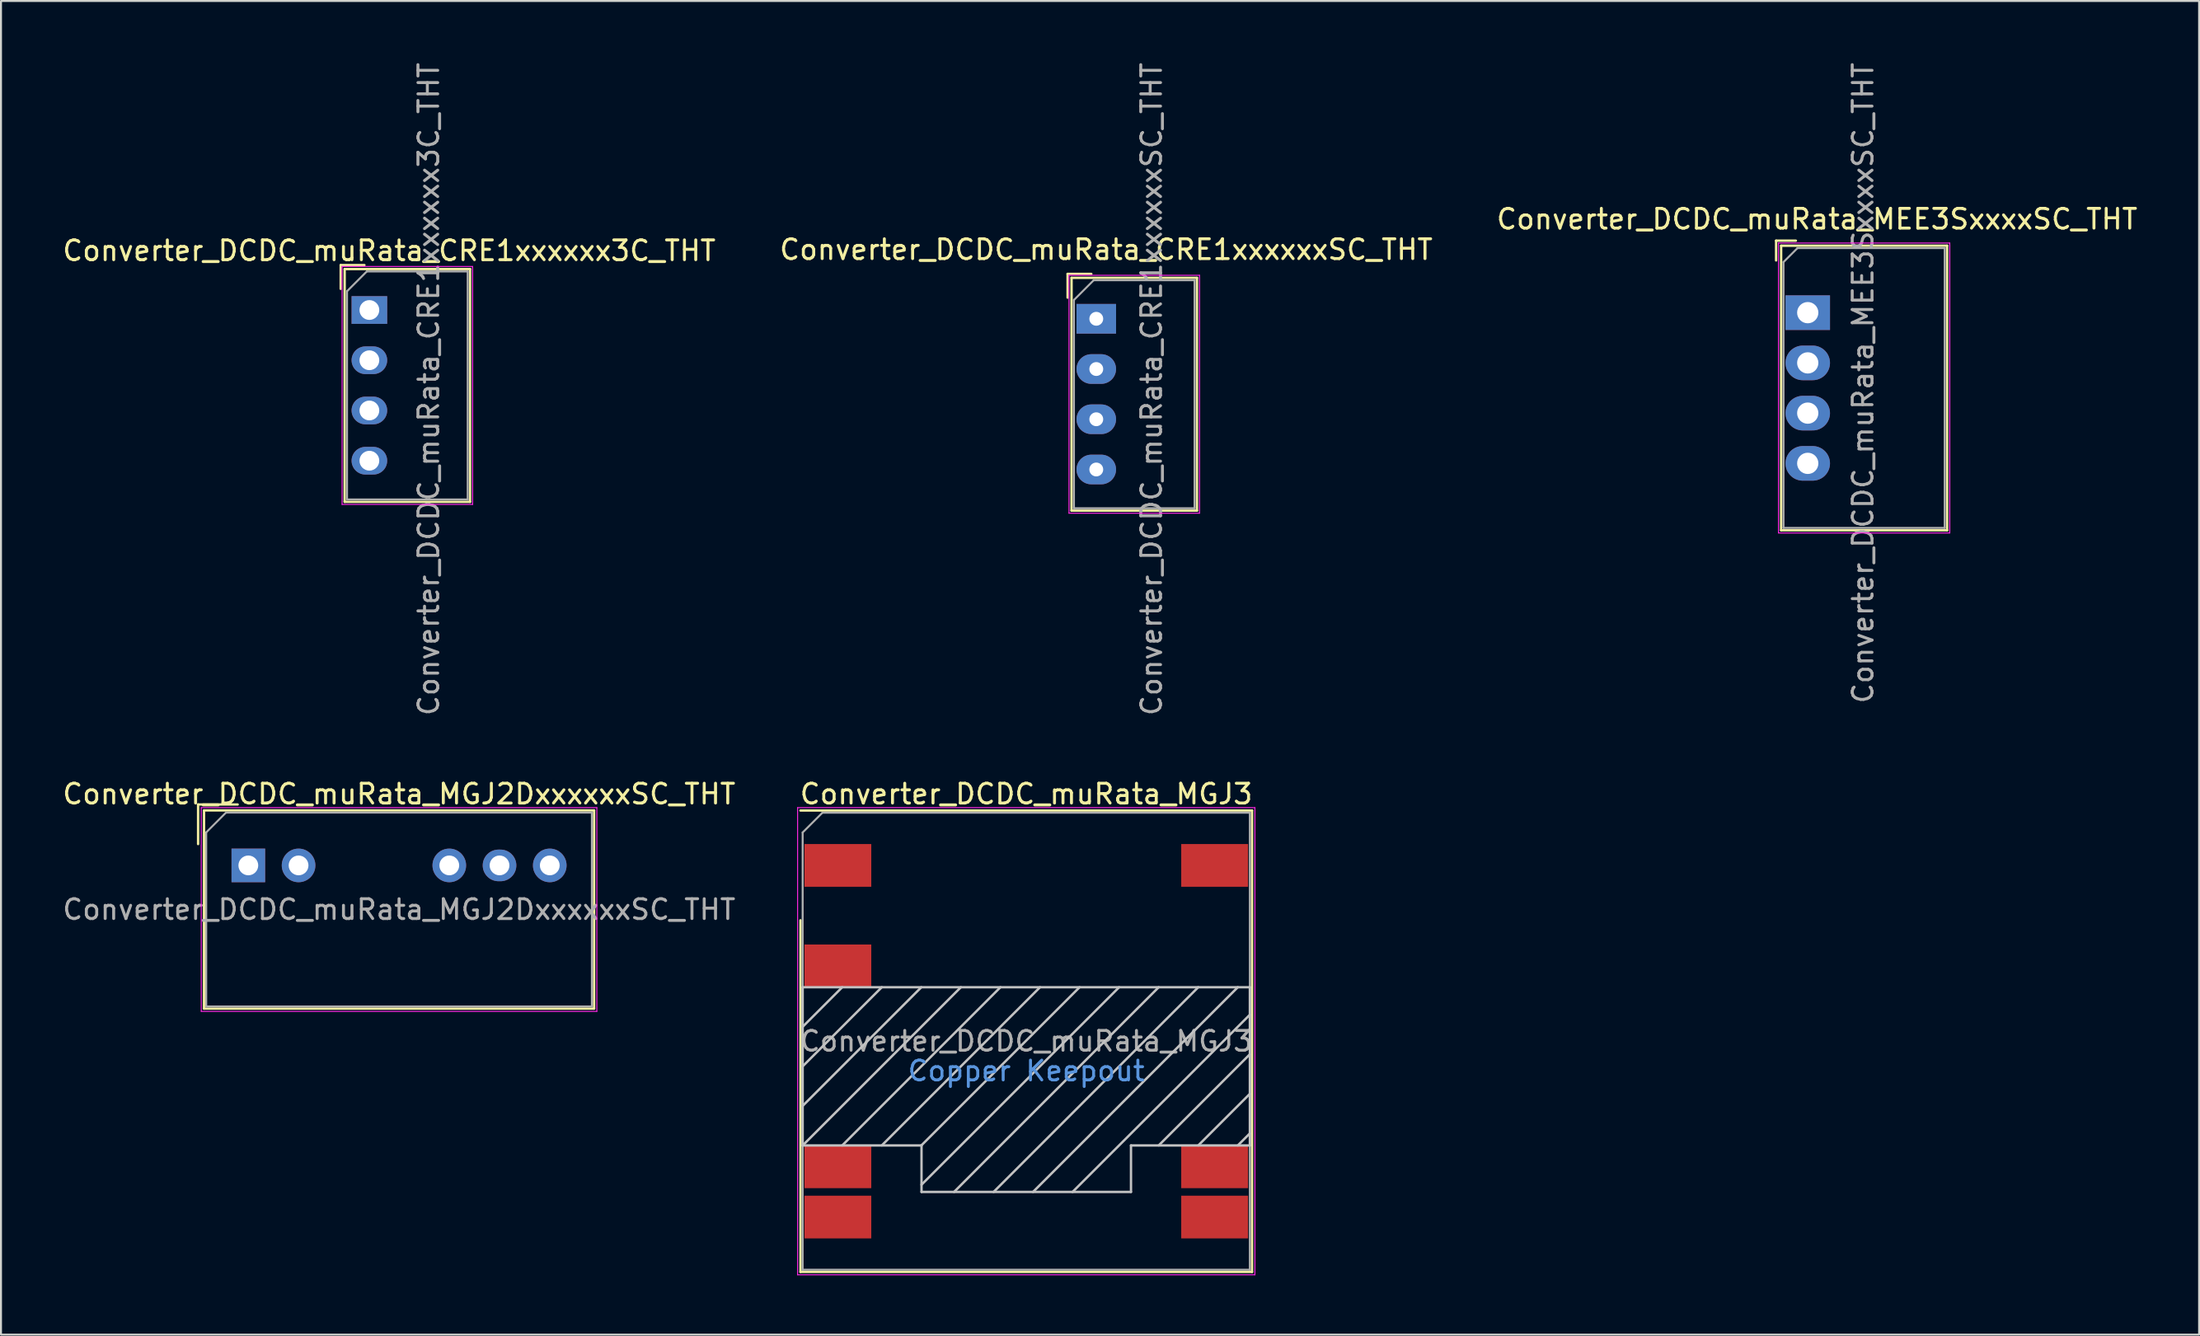
<source format=kicad_pcb>
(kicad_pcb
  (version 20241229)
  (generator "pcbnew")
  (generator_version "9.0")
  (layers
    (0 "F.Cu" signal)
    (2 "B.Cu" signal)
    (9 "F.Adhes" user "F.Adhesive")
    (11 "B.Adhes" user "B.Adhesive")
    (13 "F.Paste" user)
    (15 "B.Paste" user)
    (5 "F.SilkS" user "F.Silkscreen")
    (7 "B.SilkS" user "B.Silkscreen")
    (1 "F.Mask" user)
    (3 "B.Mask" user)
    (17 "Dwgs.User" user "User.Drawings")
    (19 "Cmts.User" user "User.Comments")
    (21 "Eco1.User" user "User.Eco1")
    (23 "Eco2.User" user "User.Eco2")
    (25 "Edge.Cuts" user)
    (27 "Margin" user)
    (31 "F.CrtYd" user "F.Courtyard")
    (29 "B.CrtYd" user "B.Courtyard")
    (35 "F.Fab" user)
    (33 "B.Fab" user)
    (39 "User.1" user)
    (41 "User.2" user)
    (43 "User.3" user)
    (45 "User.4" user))
  (footprint "Converter_DCDC_muRata_MGJ2DxxxxxxSC_THT"
    (layer "F.Cu")
    (at 9.505 40.708)
    (property "Reference" "Converter_DCDC_muRata_MGJ2DxxxxxxSC_THT" (at 7.62 -3.61 0) (layer "F.SilkS") (effects (font (size 1 1) (thickness 0.15))))
    (fp_line (start -2.54 -3.08) (end -0.54 -3.08) (stroke (width 0.12) (type solid)) (layer "F.SilkS"))
    (fp_line (start -2.54 -1.08) (end -2.54 -3.08) (stroke (width 0.12) (type solid)) (layer "F.SilkS"))
    (fp_line (start -2.24 -2.78) (end -2.24 7.24) (stroke (width 0.12) (type solid)) (layer "F.SilkS"))
    (fp_line (start -2.24 -2.78) (end 17.48 -2.78) (stroke (width 0.12) (type solid)) (layer "F.SilkS"))
    (fp_line (start -2.24 7.24) (end 17.48 7.24) (stroke (width 0.12) (type solid)) (layer "F.SilkS"))
    (fp_line (start 17.48 -2.78) (end 17.48 7.24) (stroke (width 0.12) (type solid)) (layer "F.SilkS"))
    (fp_line (start -2.38 -2.92) (end -2.38 7.38) (stroke (width 0.05) (type solid)) (layer "F.CrtYd"))
    (fp_line (start -2.38 -2.92) (end 17.62 -2.92) (stroke (width 0.05) (type solid)) (layer "F.CrtYd"))
    (fp_line (start -2.38 7.38) (end 17.62 7.38) (stroke (width 0.05) (type solid)) (layer "F.CrtYd"))
    (fp_line (start 17.62 -2.92) (end 17.62 7.38) (stroke (width 0.05) (type solid)) (layer "F.CrtYd"))
    (fp_line (start -2.13 -1.67) (end -1.13 -2.67) (stroke (width 0.1) (type solid)) (layer "F.Fab"))
    (fp_line (start -2.13 7.13) (end -2.13 -1.67) (stroke (width 0.1) (type solid)) (layer "F.Fab"))
    (fp_line (start -1.13 -2.67) (end 17.37 -2.67) (stroke (width 0.1) (type solid)) (layer "F.Fab"))
    (fp_line (start 17.37 -2.67) (end 17.37 7.13) (stroke (width 0.1) (type solid)) (layer "F.Fab"))
    (fp_line (start 17.37 7.13) (end -2.13 7.13) (stroke (width 0.1) (type solid)) (layer "F.Fab"))
    (fp_text user "${REFERENCE}" (at 7.62 2.23 0) (layer "F.Fab") (effects (font (size 1 1) (thickness 0.15))))
    (pad "1" thru_hole rect (at 0 0) (size 1.7 1.7) (drill 1) (layers "*.Cu" "*.Mask"))
    (pad "2" thru_hole oval (at 2.54 0) (size 1.7 1.7) (drill 1) (layers "*.Cu" "*.Mask"))
    (pad "5" thru_hole oval (at 10.16 0) (size 1.7 1.7) (drill 1) (layers "*.Cu" "*.Mask"))
    (pad "6" thru_hole oval (at 12.7 0) (size 1.7 1.6) (drill 1) (layers "*.Cu" "*.Mask"))
    (pad "7" thru_hole oval (at 15.24 0) (size 1.7 1.7) (drill 1) (layers "*.Cu" "*.Mask")))
  (footprint "Converter_DCDC_muRata_CRE1xxxxxxSC_THT"
    (layer "F.Cu")
    (at 52.375 13.069)
    (property "Reference" "Converter_DCDC_muRata_CRE1xxxxxxSC_THT" (at 0.5 -3.5 180) (layer "F.SilkS") (effects (font (size 1 1) (thickness 0.15))))
    (fp_line (start -1.45 -2.27) (end -1.45 -1.07) (stroke (width 0.12) (type solid)) (layer "F.SilkS"))
    (fp_line (start -1.25 -2.07) (end -1.25 9.7) (stroke (width 0.12) (type solid)) (layer "F.SilkS"))
    (fp_line (start -0.25 -2.27) (end -1.45 -2.27) (stroke (width 0.12) (type solid)) (layer "F.SilkS"))
    (fp_line (start 5.09 -2.07) (end -1.25 -2.07) (stroke (width 0.12) (type solid)) (layer "F.SilkS"))
    (fp_line (start 5.09 -2.07) (end 5.09 9.7) (stroke (width 0.12) (type solid)) (layer "F.SilkS"))
    (fp_line (start 5.09 9.7) (end -1.25 9.7) (stroke (width 0.12) (type solid)) (layer "F.SilkS"))
    (fp_line (start -1.38 -2.2) (end -1.38 9.83) (stroke (width 0.05) (type solid)) (layer "F.CrtYd"))
    (fp_line (start 5.22 -2.2) (end -1.38 -2.2) (stroke (width 0.05) (type solid)) (layer "F.CrtYd"))
    (fp_line (start 5.22 -2.2) (end 5.22 9.83) (stroke (width 0.05) (type solid)) (layer "F.CrtYd"))
    (fp_line (start 5.22 9.83) (end -1.38 9.83) (stroke (width 0.05) (type solid)) (layer "F.CrtYd"))
    (fp_line (start -1.13 -0.95) (end -1.13 9.58) (stroke (width 0.1) (type solid)) (layer "F.Fab"))
    (fp_line (start -1.13 9.58) (end 4.97 9.58) (stroke (width 0.1) (type solid)) (layer "F.Fab"))
    (fp_line (start -0.13 -1.95) (end -1.13 -0.95) (stroke (width 0.1) (type solid)) (layer "F.Fab"))
    (fp_line (start -0.13 -1.95) (end 4.97 -1.95) (stroke (width 0.1) (type solid)) (layer "F.Fab"))
    (fp_line (start 4.97 -1.95) (end 4.97 9.58) (stroke (width 0.1) (type solid)) (layer "F.Fab"))
    (fp_text user "${REFERENCE}" (at 2.794 3.556 270) (layer "F.Fab") (effects (font (size 1 1) (thickness 0.15))))
    (pad "1" thru_hole rect (at 0 0 270) (size 1.5 2) (drill 0.7) (layers "*.Cu" "*.Mask"))
    (pad "2" thru_hole oval (at 0 2.54 270) (size 1.5 2) (drill 0.7) (layers "*.Cu" "*.Mask"))
    (pad "3" thru_hole oval (at 0 5.08 270) (size 1.5 2) (drill 0.7) (layers "*.Cu" "*.Mask"))
    (pad "4" thru_hole oval (at 0 7.62 270) (size 1.5 2) (drill 0.7) (layers "*.Cu" "*.Mask")))
  (footprint "Converter_DCDC_muRata_MEE3SxxxxSC_THT"
    (layer "F.Cu")
    (at 88.345 12.759)
    (property "Reference" "Converter_DCDC_muRata_MEE3SxxxxSC_THT" (at 0.47 -4.73 180) (layer "F.SilkS") (effects (font (size 1 1) (thickness 0.15))))
    (fp_line (start -1.6 -3.64) (end -1.6 -2.64) (stroke (width 0.12) (type solid)) (layer "F.SilkS"))
    (fp_line (start -1.345 -3.385) (end -1.345 11.005) (stroke (width 0.12) (type solid)) (layer "F.SilkS"))
    (fp_line (start -0.6 -3.64) (end -1.6 -3.64) (stroke (width 0.12) (type solid)) (layer "F.SilkS"))
    (fp_line (start 7.045 -3.385) (end -1.345 -3.385) (stroke (width 0.12) (type solid)) (layer "F.SilkS"))
    (fp_line (start 7.045 -3.385) (end 7.045 11.005) (stroke (width 0.12) (type solid)) (layer "F.SilkS"))
    (fp_line (start 7.045 11.005) (end -1.345 11.005) (stroke (width 0.12) (type solid)) (layer "F.SilkS"))
    (fp_line (start -1.48 -3.52) (end -1.48 11.14) (stroke (width 0.05) (type solid)) (layer "F.CrtYd"))
    (fp_line (start 7.18 -3.52) (end -1.48 -3.52) (stroke (width 0.05) (type solid)) (layer "F.CrtYd"))
    (fp_line (start 7.18 -3.52) (end 7.18 11.14) (stroke (width 0.05) (type solid)) (layer "F.CrtYd"))
    (fp_line (start 7.18 11.14) (end -1.48 11.14) (stroke (width 0.05) (type solid)) (layer "F.CrtYd"))
    (fp_line (start -1.225 -2.558) (end -1.225 10.885) (stroke (width 0.1) (type solid)) (layer "F.Fab"))
    (fp_line (start -1.225 -2.558) (end -0.518 -3.265) (stroke (width 0.1) (type solid)) (layer "F.Fab"))
    (fp_line (start -1.225 10.885) (end 6.925 10.885) (stroke (width 0.1) (type solid)) (layer "F.Fab"))
    (fp_line (start -0.518 -3.265) (end 6.925 -3.265) (stroke (width 0.1) (type solid)) (layer "F.Fab"))
    (fp_line (start 6.925 -3.265) (end 6.925 10.885) (stroke (width 0.1) (type solid)) (layer "F.Fab"))
    (fp_text user "${REFERENCE}" (at 2.794 3.556 270) (layer "F.Fab") (effects (font (size 1 1) (thickness 0.15))))
    (pad "1" thru_hole rect (at 0 0 270) (size 1.75 2.25) (drill 1.075) (layers "*.Cu" "*.Mask"))
    (pad "2" thru_hole oval (at 0 2.54 270) (size 1.75 2.25) (drill 1.075) (layers "*.Cu" "*.Mask"))
    (pad "3" thru_hole oval (at 0 5.08 270) (size 1.75 2.25) (drill 1.075) (layers "*.Cu" "*.Mask"))
    (pad "4" thru_hole oval (at 0 7.62 270) (size 1.75 2.25) (drill 1.075) (layers "*.Cu" "*.Mask")))
  (footprint "Converter_DCDC_muRata_CRE1xxxxxx3C_THT"
    (layer "F.Cu")
    (at 15.625 12.625)
    (property "Reference" "Converter_DCDC_muRata_CRE1xxxxxx3C_THT" (at 1 -3 0) (layer "F.SilkS") (effects (font (size 1 1) (thickness 0.15))))
    (fp_line (start -1.45 -2.27) (end -1.45 -1.07) (stroke (width 0.12) (type solid)) (layer "F.SilkS"))
    (fp_line (start -1.25 -2.07) (end -1.25 9.7) (stroke (width 0.12) (type solid)) (layer "F.SilkS"))
    (fp_line (start -0.25 -2.27) (end -1.45 -2.27) (stroke (width 0.12) (type solid)) (layer "F.SilkS"))
    (fp_line (start 5.09 -2.07) (end -1.25 -2.07) (stroke (width 0.12) (type solid)) (layer "F.SilkS"))
    (fp_line (start 5.09 -2.07) (end 5.09 9.7) (stroke (width 0.12) (type solid)) (layer "F.SilkS"))
    (fp_line (start 5.09 9.7) (end -1.25 9.7) (stroke (width 0.12) (type solid)) (layer "F.SilkS"))
    (fp_line (start -1.38 -2.2) (end -1.38 9.83) (stroke (width 0.05) (type solid)) (layer "F.CrtYd"))
    (fp_line (start 5.22 -2.2) (end -1.38 -2.2) (stroke (width 0.05) (type solid)) (layer "F.CrtYd"))
    (fp_line (start 5.22 -2.2) (end 5.22 9.83) (stroke (width 0.05) (type solid)) (layer "F.CrtYd"))
    (fp_line (start 5.22 9.83) (end -1.38 9.83) (stroke (width 0.05) (type solid)) (layer "F.CrtYd"))
    (fp_line (start -1.13 -0.95) (end -1.13 9.58) (stroke (width 0.1) (type solid)) (layer "F.Fab"))
    (fp_line (start -1.13 9.58) (end 4.97 9.58) (stroke (width 0.1) (type solid)) (layer "F.Fab"))
    (fp_line (start -0.13 -1.95) (end -1.13 -0.95) (stroke (width 0.1) (type solid)) (layer "F.Fab"))
    (fp_line (start -0.13 -1.95) (end 4.97 -1.95) (stroke (width 0.1) (type solid)) (layer "F.Fab"))
    (fp_line (start 4.97 -1.95) (end 4.97 9.58) (stroke (width 0.1) (type solid)) (layer "F.Fab"))
    (fp_text user "${REFERENCE}" (at 3 4 90) (layer "F.Fab") (effects (font (size 1 1) (thickness 0.15))))
    (pad "1" thru_hole rect (at 0 0 270) (size 1.4 1.8) (drill 1) (layers "*.Cu" "*.Mask"))
    (pad "2" thru_hole oval (at 0 2.54 270) (size 1.4 1.8) (drill 1) (layers "*.Cu" "*.Mask"))
    (pad "3" thru_hole oval (at 0 5.08 270) (size 1.4 1.8) (drill 1) (layers "*.Cu" "*.Mask"))
    (pad "4" thru_hole oval (at 0 7.62 270) (size 1.4 1.8) (drill 1) (layers "*.Cu" "*.Mask")))
  (footprint "Converter_DCDC_muRata_MGJ3"
    (layer "F.Cu")
    (at 48.835 49.598)
    (property "Reference" "Converter_DCDC_muRata_MGJ3" (at 0 -12.5 0) (layer "F.SilkS") (effects (font (size 1 1) (thickness 0.15))))
    (attr smd)
    (fp_line (start -11.415 -6.115) (end -11.415 11.665) (stroke (width 0.12) (type solid)) (layer "F.SilkS"))
    (fp_line (start 11.415 -11.665) (end -11.415 -11.665) (stroke (width 0.12) (type solid)) (layer "F.SilkS"))
    (fp_line (start 11.415 -11.665) (end 11.415 11.665) (stroke (width 0.12) (type solid)) (layer "F.SilkS"))
    (fp_line (start 11.415 11.665) (end -11.415 11.665) (stroke (width 0.12) (type solid)) (layer "F.SilkS"))
    (fp_line (start -11.305 -2.73) (end 11.305 -2.73) (stroke (width 0.12) (type solid)) (layer "Dwgs.User"))
    (fp_line (start -11.305 -0.73) (end -9.305 -2.73) (stroke (width 0.12) (type solid)) (layer "Dwgs.User"))
    (fp_line (start -11.305 1.27) (end -7.305 -2.73) (stroke (width 0.12) (type solid)) (layer "Dwgs.User"))
    (fp_line (start -11.305 3.27) (end -5.305 -2.73) (stroke (width 0.12) (type solid)) (layer "Dwgs.User"))
    (fp_line (start -11.305 5.27) (end -11.305 -2.73) (stroke (width 0.12) (type solid)) (layer "Dwgs.User"))
    (fp_line (start -11.305 5.27) (end -3.305 -2.73) (stroke (width 0.12) (type solid)) (layer "Dwgs.User"))
    (fp_line (start -9.305 5.27) (end -1.305 -2.73) (stroke (width 0.12) (type solid)) (layer "Dwgs.User"))
    (fp_line (start -7.305 5.27) (end 0.695 -2.73) (stroke (width 0.12) (type solid)) (layer "Dwgs.User"))
    (fp_line (start -5.305 5.27) (end 2.695 -2.73) (stroke (width 0.12) (type solid)) (layer "Dwgs.User"))
    (fp_line (start -5.295 5.27) (end -11.305 5.27) (stroke (width 0.12) (type solid)) (layer "Dwgs.User"))
    (fp_line (start -5.295 7.255) (end 4.695 -2.73) (stroke (width 0.12) (type solid)) (layer "Dwgs.User"))
    (fp_line (start -5.295 7.62) (end -5.295 5.27) (stroke (width 0.12) (type solid)) (layer "Dwgs.User"))
    (fp_line (start -3.65 7.62) (end 6.695 -2.73) (stroke (width 0.12) (type solid)) (layer "Dwgs.User"))
    (fp_line (start -1.65 7.62) (end 8.695 -2.73) (stroke (width 0.12) (type solid)) (layer "Dwgs.User"))
    (fp_line (start 0.342 7.62) (end 10.695 -2.73) (stroke (width 0.12) (type solid)) (layer "Dwgs.User"))
    (fp_line (start 2.34 7.62) (end 11.305 -1.34) (stroke (width 0.12) (type solid)) (layer "Dwgs.User"))
    (fp_line (start 5.295 5.27) (end 5.295 7.62) (stroke (width 0.12) (type solid)) (layer "Dwgs.User"))
    (fp_line (start 5.295 7.62) (end -5.295 7.62) (stroke (width 0.12) (type solid)) (layer "Dwgs.User"))
    (fp_line (start 6.695 5.27) (end 11.305 0.66) (stroke (width 0.12) (type solid)) (layer "Dwgs.User"))
    (fp_line (start 8.695 5.27) (end 11.305 2.66) (stroke (width 0.12) (type solid)) (layer "Dwgs.User"))
    (fp_line (start 10.695 5.27) (end 11.305 4.66) (stroke (width 0.12) (type solid)) (layer "Dwgs.User"))
    (fp_line (start 11.305 -2.73) (end 11.305 5.27) (stroke (width 0.12) (type solid)) (layer "Dwgs.User"))
    (fp_line (start 11.305 5.27) (end 5.295 5.27) (stroke (width 0.12) (type solid)) (layer "Dwgs.User"))
    (fp_line (start -11.56 -11.81) (end -11.56 11.81) (stroke (width 0.05) (type solid)) (layer "F.CrtYd"))
    (fp_line (start -11.56 11.81) (end 11.56 11.81) (stroke (width 0.05) (type solid)) (layer "F.CrtYd"))
    (fp_line (start 11.56 -11.81) (end -11.56 -11.81) (stroke (width 0.05) (type solid)) (layer "F.CrtYd"))
    (fp_line (start 11.56 11.81) (end 11.56 -11.81) (stroke (width 0.05) (type solid)) (layer "F.CrtYd"))
    (fp_line (start -11.305 -10.555) (end -11.305 11.555) (stroke (width 0.1) (type solid)) (layer "F.Fab"))
    (fp_line (start -11.305 -10.555) (end -10.305 -11.555) (stroke (width 0.1) (type solid)) (layer "F.Fab"))
    (fp_line (start -11.305 11.555) (end 11.305 11.555) (stroke (width 0.1) (type solid)) (layer "F.Fab"))
    (fp_line (start 11.305 -11.555) (end -10.305 -11.555) (stroke (width 0.1) (type solid)) (layer "F.Fab"))
    (fp_line (start 11.305 -11.555) (end 11.305 11.555) (stroke (width 0.1) (type solid)) (layer "F.Fab"))
    (fp_text user "Copper Keepout" (at 0 1.5 0) (layer "Cmts.User") (effects (font (size 1 1) (thickness 0.15))))
    (fp_text user "${REFERENCE}" (at 0 0 0) (layer "F.Fab") (effects (font (size 1 1) (thickness 0.15))))
    (pad "1" smd rect (at -9.525 -8.89) (size 3.38 2.16) (layers "F.Cu" "F.Mask" "F.Paste"))
    (pad "3" smd rect (at -9.525 -3.81) (size 3.38 2.16) (layers "F.Cu" "F.Mask" "F.Paste"))
    (pad "7" smd rect (at -9.525 6.35) (size 3.38 2.16) (layers "F.Cu" "F.Mask" "F.Paste"))
    (pad "8" smd rect (at -9.525 8.89) (size 3.38 2.16) (layers "F.Cu" "F.Mask" "F.Paste"))
    (pad "9" smd rect (at 9.525 8.89) (size 3.38 2.16) (layers "F.Cu" "F.Mask" "F.Paste"))
    (pad "10" smd rect (at 9.525 6.35) (size 3.38 2.16) (layers "F.Cu" "F.Mask" "F.Paste"))
    (pad "16" smd rect (at 9.525 -8.89) (size 3.38 2.16) (layers "F.Cu" "F.Mask" "F.Paste")))
  (gr_rect
    (start -3 -3)
    (end 108.131 64.433)
    (stroke (width 0.1) (type default))
    (fill no)
    (layer "Edge.Cuts")))
</source>
